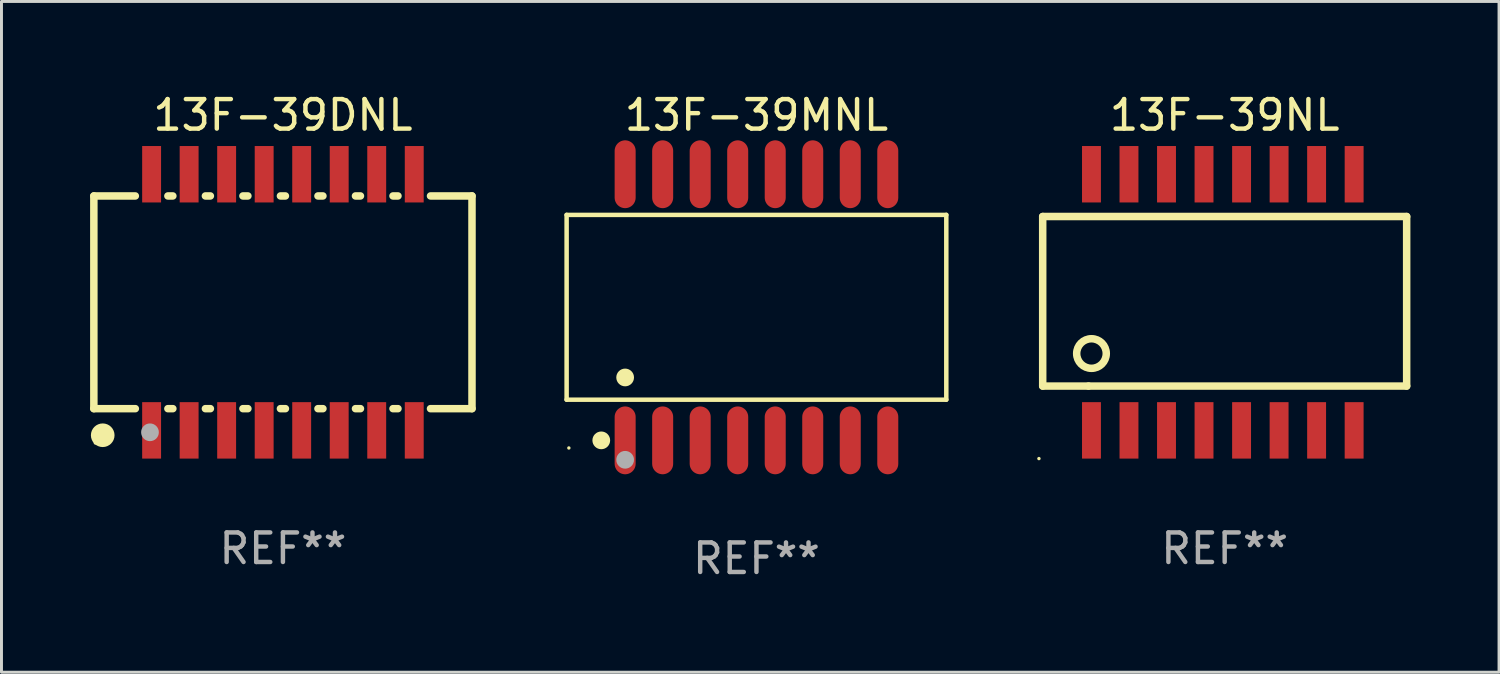
<source format=kicad_pcb>
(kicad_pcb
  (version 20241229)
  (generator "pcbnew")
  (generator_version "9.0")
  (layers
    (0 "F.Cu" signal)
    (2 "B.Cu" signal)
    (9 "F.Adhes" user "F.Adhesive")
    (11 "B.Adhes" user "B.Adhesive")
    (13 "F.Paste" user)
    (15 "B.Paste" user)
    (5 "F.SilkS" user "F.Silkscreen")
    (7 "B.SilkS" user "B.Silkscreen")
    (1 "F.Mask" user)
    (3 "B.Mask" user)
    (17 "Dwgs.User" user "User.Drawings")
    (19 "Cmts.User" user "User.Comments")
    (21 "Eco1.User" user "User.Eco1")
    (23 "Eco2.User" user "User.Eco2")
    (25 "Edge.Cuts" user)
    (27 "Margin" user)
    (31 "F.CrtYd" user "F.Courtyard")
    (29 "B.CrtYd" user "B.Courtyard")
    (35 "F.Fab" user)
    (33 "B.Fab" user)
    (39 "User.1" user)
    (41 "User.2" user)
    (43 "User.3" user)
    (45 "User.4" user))
  (footprint "13F-39NL"
    (layer "F.Cu")
    (at 38.405 7.183)
    (property "Reference" "13F-39NL" (at 0 -6.335 0) (layer "F.SilkS") (effects (font (size 1 1) (thickness 0.15))))
    (attr through_hole)
    (fp_line (start -6.16 -2.904) (end -6.16 2.835) (stroke (width 0.254) (type solid)) (layer "F.SilkS"))
    (fp_line (start -6.16 2.835) (end -4.609 2.835) (stroke (width 0.254) (type solid)) (layer "F.SilkS"))
    (fp_line (start -4.609 2.835) (end 6.16 2.835) (stroke (width 0.254) (type solid)) (layer "F.SilkS"))
    (fp_line (start 6.16 -2.904) (end -6.16 -2.904) (stroke (width 0.254) (type solid)) (layer "F.SilkS"))
    (fp_line (start 6.16 2.835) (end 6.16 -2.904) (stroke (width 0.254) (type solid)) (layer "F.SilkS"))
    (fp_circle (center -6.287 5.29) (end -6.257 5.29) (stroke (width 0.06) (type solid)) (fill no) (layer "F.SilkS"))
    (fp_circle (center -4.509 1.734) (end -4.008 1.734) (stroke (width 0.254) (type solid)) (fill no) (layer "F.SilkS"))
    (fp_text user "REF**" (at 0 8.335 0) (layer "F.Fab") (effects (font (size 1 1) (thickness 0.15))))
    (pad "1" smd rect (at -4.509 4.335) (size 0.64 1.91) (layers "F.Cu" "F.Mask" "F.Paste"))
    (pad "2" smd rect (at -3.239 4.335) (size 0.64 1.91) (layers "F.Cu" "F.Mask" "F.Paste"))
    (pad "3" smd rect (at -1.969 4.335) (size 0.64 1.91) (layers "F.Cu" "F.Mask" "F.Paste"))
    (pad "4" smd rect (at -0.699 4.335) (size 0.64 1.91) (layers "F.Cu" "F.Mask" "F.Paste"))
    (pad "5" smd rect (at 0.572 4.335) (size 0.64 1.91) (layers "F.Cu" "F.Mask" "F.Paste"))
    (pad "6" smd rect (at 1.842 4.335) (size 0.64 1.91) (layers "F.Cu" "F.Mask" "F.Paste"))
    (pad "7" smd rect (at 3.112 4.335) (size 0.64 1.91) (layers "F.Cu" "F.Mask" "F.Paste"))
    (pad "8" smd rect (at 4.382 4.335) (size 0.64 1.91) (layers "F.Cu" "F.Mask" "F.Paste"))
    (pad "9" smd rect (at 4.382 -4.335) (size 0.64 1.91) (layers "F.Cu" "F.Mask" "F.Paste"))
    (pad "10" smd rect (at 3.112 -4.335) (size 0.64 1.91) (layers "F.Cu" "F.Mask" "F.Paste"))
    (pad "11" smd rect (at 1.842 -4.335) (size 0.64 1.91) (layers "F.Cu" "F.Mask" "F.Paste"))
    (pad "12" smd rect (at 0.572 -4.335) (size 0.64 1.91) (layers "F.Cu" "F.Mask" "F.Paste"))
    (pad "13" smd rect (at -0.699 -4.335) (size 0.64 1.91) (layers "F.Cu" "F.Mask" "F.Paste"))
    (pad "14" smd rect (at -1.969 -4.335) (size 0.64 1.91) (layers "F.Cu" "F.Mask" "F.Paste"))
    (pad "15" smd rect (at -3.239 -4.335) (size 0.64 1.91) (layers "F.Cu" "F.Mask" "F.Paste"))
    (pad "16" smd rect (at -4.509 -4.335) (size 0.64 1.91) (layers "F.Cu" "F.Mask" "F.Paste")))
  (footprint "13F-39DNL"
    (layer "F.Cu")
    (at 6.527 7.183)
    (property "Reference" "13F-39DNL" (at 0 -6.335 0) (layer "F.SilkS") (effects (font (size 1 1) (thickness 0.15))))
    (attr through_hole)
    (fp_line (start -6.4 -3.6) (end -6.4 3.6) (stroke (width 0.254) (type solid)) (layer "F.SilkS"))
    (fp_line (start -6.4 3.6) (end -4.996 3.6) (stroke (width 0.254) (type solid)) (layer "F.SilkS"))
    (fp_line (start -4.996 -3.6) (end -6.4 -3.6) (stroke (width 0.254) (type solid)) (layer "F.SilkS"))
    (fp_line (start -3.894 3.6) (end -3.726 3.6) (stroke (width 0.254) (type solid)) (layer "F.SilkS"))
    (fp_line (start -3.726 -3.6) (end -3.894 -3.6) (stroke (width 0.254) (type solid)) (layer "F.SilkS"))
    (fp_line (start -2.624 3.6) (end -2.456 3.6) (stroke (width 0.254) (type solid)) (layer "F.SilkS"))
    (fp_line (start -2.456 -3.6) (end -2.624 -3.6) (stroke (width 0.254) (type solid)) (layer "F.SilkS"))
    (fp_line (start -1.354 3.6) (end -1.186 3.6) (stroke (width 0.254) (type solid)) (layer "F.SilkS"))
    (fp_line (start -1.186 -3.6) (end -1.354 -3.6) (stroke (width 0.254) (type solid)) (layer "F.SilkS"))
    (fp_line (start -0.084 3.6) (end 0.084 3.6) (stroke (width 0.254) (type solid)) (layer "F.SilkS"))
    (fp_line (start 0.084 -3.6) (end -0.084 -3.6) (stroke (width 0.254) (type solid)) (layer "F.SilkS"))
    (fp_line (start 1.186 3.6) (end 1.354 3.6) (stroke (width 0.254) (type solid)) (layer "F.SilkS"))
    (fp_line (start 1.354 -3.6) (end 1.186 -3.6) (stroke (width 0.254) (type solid)) (layer "F.SilkS"))
    (fp_line (start 2.456 3.6) (end 2.624 3.6) (stroke (width 0.254) (type solid)) (layer "F.SilkS"))
    (fp_line (start 2.624 -3.6) (end 2.456 -3.6) (stroke (width 0.254) (type solid)) (layer "F.SilkS"))
    (fp_line (start 3.726 3.6) (end 3.894 3.6) (stroke (width 0.254) (type solid)) (layer "F.SilkS"))
    (fp_line (start 3.894 -3.6) (end 3.726 -3.6) (stroke (width 0.254) (type solid)) (layer "F.SilkS"))
    (fp_line (start 4.996 3.6) (end 6.4 3.6) (stroke (width 0.254) (type solid)) (layer "F.SilkS"))
    (fp_line (start 6.4 -3.6) (end 4.996 -3.6) (stroke (width 0.254) (type solid)) (layer "F.SilkS"))
    (fp_line (start 6.4 3.6) (end 6.4 -3.6) (stroke (width 0.254) (type solid)) (layer "F.SilkS"))
    (fp_circle (center -6.35 4.76) (end -6.32 4.76) (stroke (width 0.06) (type solid)) (fill no) (layer "F.SilkS"))
    (fp_circle (center -6.1 4.5) (end -5.9 4.5) (stroke (width 0.4) (type solid)) (fill no) (layer "F.SilkS"))
    (fp_circle (center -4.5 4.4) (end -4.35 4.4) (stroke (width 0.3) (type solid)) (fill no) (layer "F.Fab"))
    (fp_text user "REF**" (at 0 8.335 0) (layer "F.Fab") (effects (font (size 1 1) (thickness 0.15))))
    (pad "1" smd rect (at -4.445 4.335) (size 0.64 1.91) (layers "F.Cu" "F.Mask" "F.Paste"))
    (pad "2" smd rect (at -3.175 4.335) (size 0.64 1.91) (layers "F.Cu" "F.Mask" "F.Paste"))
    (pad "3" smd rect (at -1.905 4.335) (size 0.64 1.91) (layers "F.Cu" "F.Mask" "F.Paste"))
    (pad "4" smd rect (at -0.635 4.335) (size 0.64 1.91) (layers "F.Cu" "F.Mask" "F.Paste"))
    (pad "5" smd rect (at 0.635 4.335) (size 0.64 1.91) (layers "F.Cu" "F.Mask" "F.Paste"))
    (pad "6" smd rect (at 1.905 4.335) (size 0.64 1.91) (layers "F.Cu" "F.Mask" "F.Paste"))
    (pad "7" smd rect (at 3.175 4.335) (size 0.64 1.91) (layers "F.Cu" "F.Mask" "F.Paste"))
    (pad "8" smd rect (at 4.445 4.335) (size 0.64 1.91) (layers "F.Cu" "F.Mask" "F.Paste"))
    (pad "9" smd rect (at 4.445 -4.335) (size 0.64 1.91) (layers "F.Cu" "F.Mask" "F.Paste"))
    (pad "10" smd rect (at 3.175 -4.335) (size 0.64 1.91) (layers "F.Cu" "F.Mask" "F.Paste"))
    (pad "11" smd rect (at 1.905 -4.335) (size 0.64 1.91) (layers "F.Cu" "F.Mask" "F.Paste"))
    (pad "12" smd rect (at 0.635 -4.335) (size 0.64 1.91) (layers "F.Cu" "F.Mask" "F.Paste"))
    (pad "13" smd rect (at -0.635 -4.335) (size 0.64 1.91) (layers "F.Cu" "F.Mask" "F.Paste"))
    (pad "14" smd rect (at -1.905 -4.335) (size 0.64 1.91) (layers "F.Cu" "F.Mask" "F.Paste"))
    (pad "15" smd rect (at -3.175 -4.335) (size 0.64 1.91) (layers "F.Cu" "F.Mask" "F.Paste"))
    (pad "16" smd rect (at -4.445 -4.335) (size 0.64 1.91) (layers "F.Cu" "F.Mask" "F.Paste")))
  (footprint "13F-39MNL"
    (layer "F.Cu")
    (at 22.556 7.352)
    (property "Reference" "13F-39MNL" (at 0 -6.504 0) (layer "F.SilkS") (effects (font (size 1 1) (thickness 0.15))))
    (attr through_hole)
    (fp_line (start -6.426 -3.128) (end 6.426 -3.128) (stroke (width 0.152) (type solid)) (layer "F.SilkS"))
    (fp_line (start -6.426 3.127) (end -6.426 -3.128) (stroke (width 0.152) (type solid)) (layer "F.SilkS"))
    (fp_line (start 6.426 -3.128) (end 6.426 3.127) (stroke (width 0.152) (type solid)) (layer "F.SilkS"))
    (fp_line (start 6.426 3.127) (end -6.426 3.127) (stroke (width 0.152) (type solid)) (layer "F.SilkS"))
    (fp_circle (center -6.35 4.762) (end -6.32 4.762) (stroke (width 0.06) (type solid)) (fill no) (layer "F.SilkS"))
    (fp_circle (center -5.253 4.504) (end -5.103 4.504) (stroke (width 0.3) (type solid)) (fill no) (layer "F.SilkS"))
    (fp_circle (center -4.445 2.375) (end -4.295 2.375) (stroke (width 0.3) (type solid)) (fill no) (layer "F.SilkS"))
    (fp_circle (center -4.445 5.162) (end -4.295 5.162) (stroke (width 0.3) (type solid)) (fill no) (layer "F.Fab"))
    (fp_text user "REF**" (at 0 8.504 0) (layer "F.Fab") (effects (font (size 1 1) (thickness 0.15))))
    (pad "1" smd oval (at -4.445 4.504) (size 0.711 2.296) (layers "F.Cu" "F.Mask" "F.Paste"))
    (pad "2" smd oval (at -3.175 4.504) (size 0.711 2.296) (layers "F.Cu" "F.Mask" "F.Paste"))
    (pad "3" smd oval (at -1.905 4.504) (size 0.711 2.296) (layers "F.Cu" "F.Mask" "F.Paste"))
    (pad "4" smd oval (at -0.635 4.504) (size 0.711 2.296) (layers "F.Cu" "F.Mask" "F.Paste"))
    (pad "5" smd oval (at 0.635 4.504) (size 0.711 2.296) (layers "F.Cu" "F.Mask" "F.Paste"))
    (pad "6" smd oval (at 1.905 4.504) (size 0.711 2.296) (layers "F.Cu" "F.Mask" "F.Paste"))
    (pad "7" smd oval (at 3.175 4.504) (size 0.711 2.296) (layers "F.Cu" "F.Mask" "F.Paste"))
    (pad "8" smd oval (at 4.445 4.504) (size 0.711 2.296) (layers "F.Cu" "F.Mask" "F.Paste"))
    (pad "9" smd oval (at 4.445 -4.504) (size 0.711 2.296) (layers "F.Cu" "F.Mask" "F.Paste"))
    (pad "10" smd oval (at 3.175 -4.504) (size 0.711 2.296) (layers "F.Cu" "F.Mask" "F.Paste"))
    (pad "11" smd oval (at 1.905 -4.504) (size 0.711 2.296) (layers "F.Cu" "F.Mask" "F.Paste"))
    (pad "12" smd oval (at 0.635 -4.504) (size 0.711 2.296) (layers "F.Cu" "F.Mask" "F.Paste"))
    (pad "13" smd oval (at -0.635 -4.504) (size 0.711 2.296) (layers "F.Cu" "F.Mask" "F.Paste"))
    (pad "14" smd oval (at -1.905 -4.504) (size 0.711 2.296) (layers "F.Cu" "F.Mask" "F.Paste"))
    (pad "15" smd oval (at -3.175 -4.504) (size 0.711 2.296) (layers "F.Cu" "F.Mask" "F.Paste"))
    (pad "16" smd oval (at -4.445 -4.504) (size 0.711 2.296) (layers "F.Cu" "F.Mask" "F.Paste")))
  (gr_rect
    (start -3 -3)
    (end 47.692 19.705)
    (stroke (width 0.1) (type default))
    (fill no)
    (layer "Edge.Cuts")))
</source>
